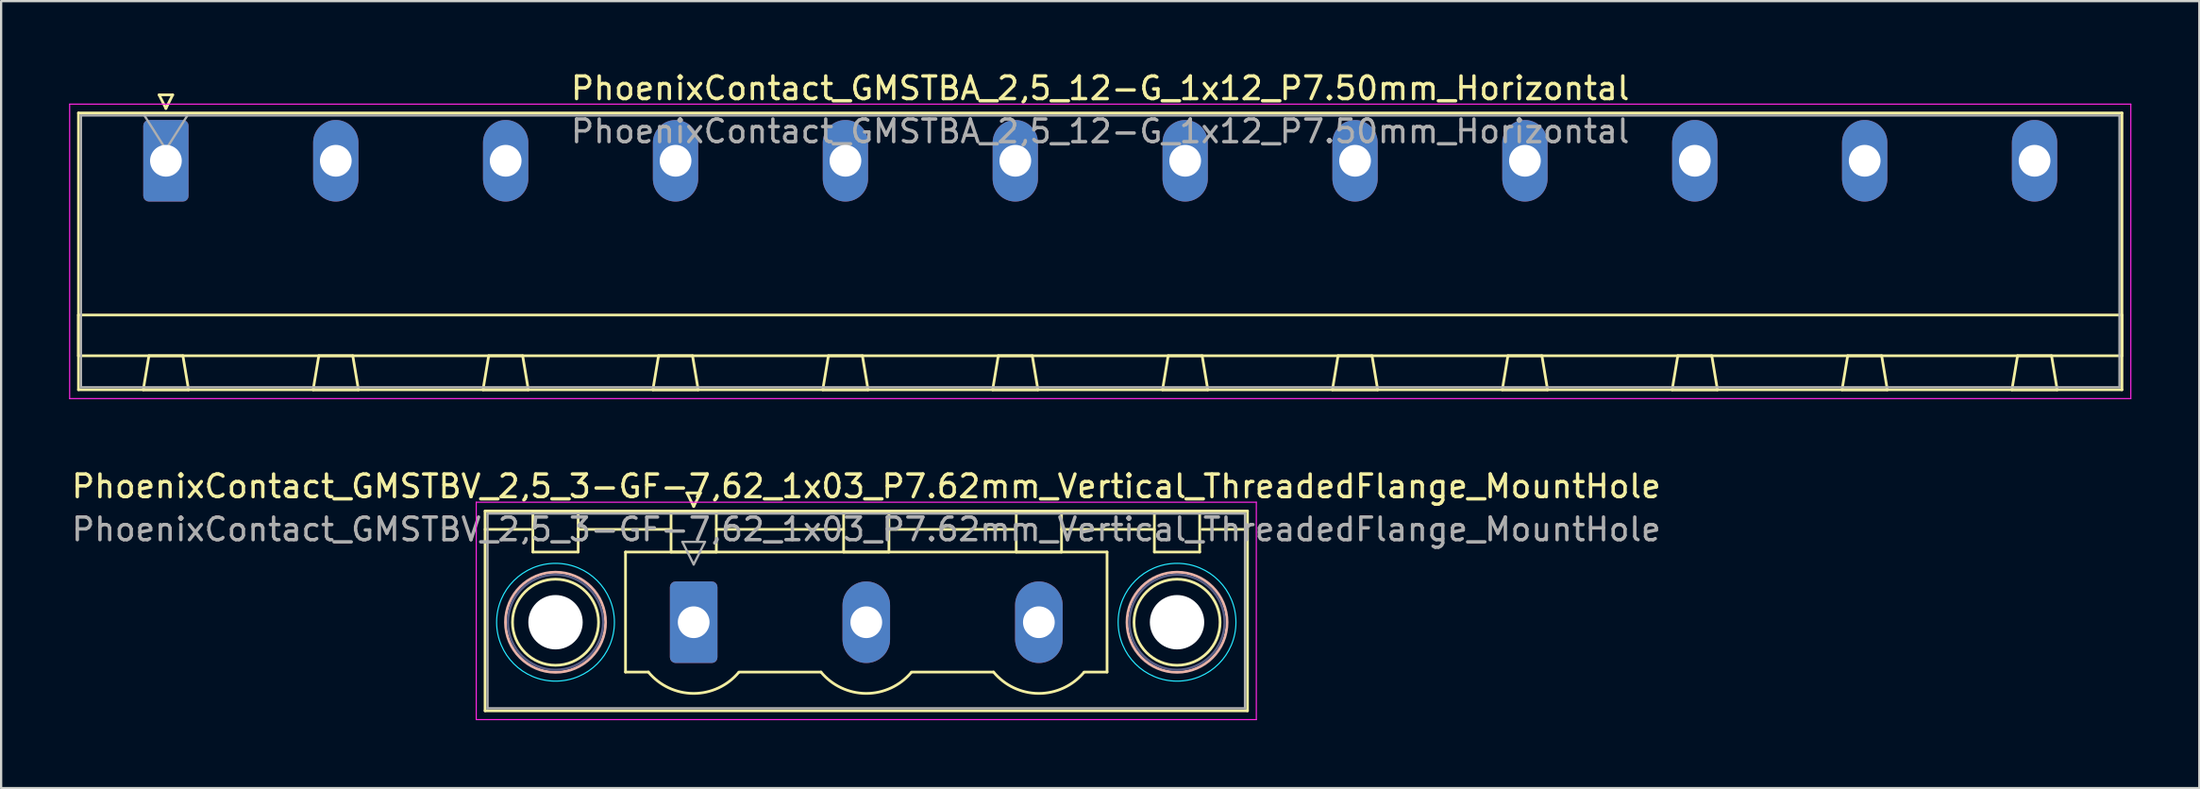
<source format=kicad_pcb>
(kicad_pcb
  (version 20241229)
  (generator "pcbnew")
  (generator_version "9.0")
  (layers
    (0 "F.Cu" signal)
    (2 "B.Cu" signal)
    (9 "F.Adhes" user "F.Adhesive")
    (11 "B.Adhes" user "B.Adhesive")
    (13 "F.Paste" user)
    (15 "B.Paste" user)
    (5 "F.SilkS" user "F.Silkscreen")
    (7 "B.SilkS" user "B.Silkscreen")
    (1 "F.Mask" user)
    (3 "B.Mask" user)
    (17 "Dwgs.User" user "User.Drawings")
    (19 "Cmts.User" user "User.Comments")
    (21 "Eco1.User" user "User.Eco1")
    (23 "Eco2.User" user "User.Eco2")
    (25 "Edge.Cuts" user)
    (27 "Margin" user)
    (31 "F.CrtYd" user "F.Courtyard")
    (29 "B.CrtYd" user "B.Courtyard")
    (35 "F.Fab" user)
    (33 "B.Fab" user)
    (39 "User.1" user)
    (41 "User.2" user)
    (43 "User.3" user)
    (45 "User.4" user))
  (footprint "PhoenixContact_GMSTBA_2,5_12-G_1x12_P7.50mm_Horizontal"
    (layer "F.Cu")
    (at 4.275 4.048)
    (property "Reference" "PhoenixContact_GMSTBA_2,5_12-G_1x12_P7.50mm_Horizontal" (at 41.25 -3.2 0) (layer "F.SilkS") (effects (font (size 1 1) (thickness 0.15))))
    (attr through_hole)
    (fp_line (start -3.86 -2.11) (end -3.86 10.11) (stroke (width 0.12) (type solid)) (layer "F.SilkS"))
    (fp_line (start -3.86 6.81) (end 86.36 6.81) (stroke (width 0.12) (type solid)) (layer "F.SilkS"))
    (fp_line (start -3.86 8.61) (end -3.86 6.81) (stroke (width 0.12) (type solid)) (layer "F.SilkS"))
    (fp_line (start -3.86 10.11) (end 86.36 10.11) (stroke (width 0.12) (type solid)) (layer "F.SilkS"))
    (fp_line (start -1 10.11) (end 1 10.11) (stroke (width 0.12) (type solid)) (layer "F.SilkS"))
    (fp_line (start -0.75 8.61) (end -1 10.11) (stroke (width 0.12) (type solid)) (layer "F.SilkS"))
    (fp_line (start -0.3 -2.91) (end 0.3 -2.91) (stroke (width 0.12) (type solid)) (layer "F.SilkS"))
    (fp_line (start 0 -2.31) (end -0.3 -2.91) (stroke (width 0.12) (type solid)) (layer "F.SilkS"))
    (fp_line (start 0.3 -2.91) (end 0 -2.31) (stroke (width 0.12) (type solid)) (layer "F.SilkS"))
    (fp_line (start 0.75 8.61) (end -0.75 8.61) (stroke (width 0.12) (type solid)) (layer "F.SilkS"))
    (fp_line (start 1 10.11) (end 0.75 8.61) (stroke (width 0.12) (type solid)) (layer "F.SilkS"))
    (fp_line (start 6.5 10.11) (end 8.5 10.11) (stroke (width 0.12) (type solid)) (layer "F.SilkS"))
    (fp_line (start 6.75 8.61) (end 6.5 10.11) (stroke (width 0.12) (type solid)) (layer "F.SilkS"))
    (fp_line (start 8.25 8.61) (end 6.75 8.61) (stroke (width 0.12) (type solid)) (layer "F.SilkS"))
    (fp_line (start 8.5 10.11) (end 8.25 8.61) (stroke (width 0.12) (type solid)) (layer "F.SilkS"))
    (fp_line (start 14 10.11) (end 16 10.11) (stroke (width 0.12) (type solid)) (layer "F.SilkS"))
    (fp_line (start 14.25 8.61) (end 14 10.11) (stroke (width 0.12) (type solid)) (layer "F.SilkS"))
    (fp_line (start 15.75 8.61) (end 14.25 8.61) (stroke (width 0.12) (type solid)) (layer "F.SilkS"))
    (fp_line (start 16 10.11) (end 15.75 8.61) (stroke (width 0.12) (type solid)) (layer "F.SilkS"))
    (fp_line (start 21.5 10.11) (end 23.5 10.11) (stroke (width 0.12) (type solid)) (layer "F.SilkS"))
    (fp_line (start 21.75 8.61) (end 21.5 10.11) (stroke (width 0.12) (type solid)) (layer "F.SilkS"))
    (fp_line (start 23.25 8.61) (end 21.75 8.61) (stroke (width 0.12) (type solid)) (layer "F.SilkS"))
    (fp_line (start 23.5 10.11) (end 23.25 8.61) (stroke (width 0.12) (type solid)) (layer "F.SilkS"))
    (fp_line (start 29 10.11) (end 31 10.11) (stroke (width 0.12) (type solid)) (layer "F.SilkS"))
    (fp_line (start 29.25 8.61) (end 29 10.11) (stroke (width 0.12) (type solid)) (layer "F.SilkS"))
    (fp_line (start 30.75 8.61) (end 29.25 8.61) (stroke (width 0.12) (type solid)) (layer "F.SilkS"))
    (fp_line (start 31 10.11) (end 30.75 8.61) (stroke (width 0.12) (type solid)) (layer "F.SilkS"))
    (fp_line (start 36.5 10.11) (end 38.5 10.11) (stroke (width 0.12) (type solid)) (layer "F.SilkS"))
    (fp_line (start 36.75 8.61) (end 36.5 10.11) (stroke (width 0.12) (type solid)) (layer "F.SilkS"))
    (fp_line (start 38.25 8.61) (end 36.75 8.61) (stroke (width 0.12) (type solid)) (layer "F.SilkS"))
    (fp_line (start 38.5 10.11) (end 38.25 8.61) (stroke (width 0.12) (type solid)) (layer "F.SilkS"))
    (fp_line (start 44 10.11) (end 46 10.11) (stroke (width 0.12) (type solid)) (layer "F.SilkS"))
    (fp_line (start 44.25 8.61) (end 44 10.11) (stroke (width 0.12) (type solid)) (layer "F.SilkS"))
    (fp_line (start 45.75 8.61) (end 44.25 8.61) (stroke (width 0.12) (type solid)) (layer "F.SilkS"))
    (fp_line (start 46 10.11) (end 45.75 8.61) (stroke (width 0.12) (type solid)) (layer "F.SilkS"))
    (fp_line (start 51.5 10.11) (end 53.5 10.11) (stroke (width 0.12) (type solid)) (layer "F.SilkS"))
    (fp_line (start 51.75 8.61) (end 51.5 10.11) (stroke (width 0.12) (type solid)) (layer "F.SilkS"))
    (fp_line (start 53.25 8.61) (end 51.75 8.61) (stroke (width 0.12) (type solid)) (layer "F.SilkS"))
    (fp_line (start 53.5 10.11) (end 53.25 8.61) (stroke (width 0.12) (type solid)) (layer "F.SilkS"))
    (fp_line (start 59 10.11) (end 61 10.11) (stroke (width 0.12) (type solid)) (layer "F.SilkS"))
    (fp_line (start 59.25 8.61) (end 59 10.11) (stroke (width 0.12) (type solid)) (layer "F.SilkS"))
    (fp_line (start 60.75 8.61) (end 59.25 8.61) (stroke (width 0.12) (type solid)) (layer "F.SilkS"))
    (fp_line (start 61 10.11) (end 60.75 8.61) (stroke (width 0.12) (type solid)) (layer "F.SilkS"))
    (fp_line (start 66.5 10.11) (end 68.5 10.11) (stroke (width 0.12) (type solid)) (layer "F.SilkS"))
    (fp_line (start 66.75 8.61) (end 66.5 10.11) (stroke (width 0.12) (type solid)) (layer "F.SilkS"))
    (fp_line (start 68.25 8.61) (end 66.75 8.61) (stroke (width 0.12) (type solid)) (layer "F.SilkS"))
    (fp_line (start 68.5 10.11) (end 68.25 8.61) (stroke (width 0.12) (type solid)) (layer "F.SilkS"))
    (fp_line (start 74 10.11) (end 76 10.11) (stroke (width 0.12) (type solid)) (layer "F.SilkS"))
    (fp_line (start 74.25 8.61) (end 74 10.11) (stroke (width 0.12) (type solid)) (layer "F.SilkS"))
    (fp_line (start 75.75 8.61) (end 74.25 8.61) (stroke (width 0.12) (type solid)) (layer "F.SilkS"))
    (fp_line (start 76 10.11) (end 75.75 8.61) (stroke (width 0.12) (type solid)) (layer "F.SilkS"))
    (fp_line (start 81.5 10.11) (end 83.5 10.11) (stroke (width 0.12) (type solid)) (layer "F.SilkS"))
    (fp_line (start 81.75 8.61) (end 81.5 10.11) (stroke (width 0.12) (type solid)) (layer "F.SilkS"))
    (fp_line (start 83.25 8.61) (end 81.75 8.61) (stroke (width 0.12) (type solid)) (layer "F.SilkS"))
    (fp_line (start 83.5 10.11) (end 83.25 8.61) (stroke (width 0.12) (type solid)) (layer "F.SilkS"))
    (fp_line (start 86.36 -2.11) (end -3.86 -2.11) (stroke (width 0.12) (type solid)) (layer "F.SilkS"))
    (fp_line (start 86.36 6.81) (end 86.36 8.61) (stroke (width 0.12) (type solid)) (layer "F.SilkS"))
    (fp_line (start 86.36 8.61) (end -3.86 8.61) (stroke (width 0.12) (type solid)) (layer "F.SilkS"))
    (fp_line (start 86.36 10.11) (end 86.36 -2.11) (stroke (width 0.12) (type solid)) (layer "F.SilkS"))
    (fp_line (start -4.25 -2.5) (end -4.25 10.5) (stroke (width 0.05) (type solid)) (layer "F.CrtYd"))
    (fp_line (start -4.25 10.5) (end 86.75 10.5) (stroke (width 0.05) (type solid)) (layer "F.CrtYd"))
    (fp_line (start 86.75 -2.5) (end -4.25 -2.5) (stroke (width 0.05) (type solid)) (layer "F.CrtYd"))
    (fp_line (start 86.75 10.5) (end 86.75 -2.5) (stroke (width 0.05) (type solid)) (layer "F.CrtYd"))
    (fp_line (start -3.75 -2) (end -3.75 10) (stroke (width 0.1) (type solid)) (layer "F.Fab"))
    (fp_line (start -3.75 10) (end 86.25 10) (stroke (width 0.1) (type solid)) (layer "F.Fab"))
    (fp_line (start 0 -0.5) (end -0.95 -2) (stroke (width 0.1) (type solid)) (layer "F.Fab"))
    (fp_line (start 0.95 -2) (end 0 -0.5) (stroke (width 0.1) (type solid)) (layer "F.Fab"))
    (fp_line (start 86.25 -2) (end -3.75 -2) (stroke (width 0.1) (type solid)) (layer "F.Fab"))
    (fp_line (start 86.25 10) (end 86.25 -2) (stroke (width 0.1) (type solid)) (layer "F.Fab"))
    (fp_text user "${REFERENCE}" (at 41.25 -1.3 0) (layer "F.Fab") (effects (font (size 1 1) (thickness 0.15))))
    (pad "1" thru_hole roundrect (at 0 0) (size 2 3.6) (drill 1.4) (layers "*.Cu" "*.Mask") (roundrect_rratio 0.125))
    (pad "2" thru_hole oval (at 7.5 0) (size 2 3.6) (drill 1.4) (layers "*.Cu" "*.Mask"))
    (pad "3" thru_hole oval (at 15 0) (size 2 3.6) (drill 1.4) (layers "*.Cu" "*.Mask"))
    (pad "4" thru_hole oval (at 22.5 0) (size 2 3.6) (drill 1.4) (layers "*.Cu" "*.Mask"))
    (pad "5" thru_hole oval (at 30 0) (size 2 3.6) (drill 1.4) (layers "*.Cu" "*.Mask"))
    (pad "6" thru_hole oval (at 37.5 0) (size 2 3.6) (drill 1.4) (layers "*.Cu" "*.Mask"))
    (pad "7" thru_hole oval (at 45 0) (size 2 3.6) (drill 1.4) (layers "*.Cu" "*.Mask"))
    (pad "8" thru_hole oval (at 52.5 0) (size 2 3.6) (drill 1.4) (layers "*.Cu" "*.Mask"))
    (pad "9" thru_hole oval (at 60 0) (size 2 3.6) (drill 1.4) (layers "*.Cu" "*.Mask"))
    (pad "10" thru_hole oval (at 67.5 0) (size 2 3.6) (drill 1.4) (layers "*.Cu" "*.Mask"))
    (pad "11" thru_hole oval (at 75 0) (size 2 3.6) (drill 1.4) (layers "*.Cu" "*.Mask"))
    (pad "12" thru_hole oval (at 82.5 0) (size 2 3.6) (drill 1.4) (layers "*.Cu" "*.Mask")))
  (footprint "PhoenixContact_GMSTBV_2,5_3-GF-7,62_1x03_P7.62mm_Vertical_ThreadedFlange_MountHole"
    (layer "F.Cu")
    (at 27.576 24.422)
    (property "Reference" "PhoenixContact_GMSTBV_2,5_3-GF-7,62_1x03_P7.62mm_Vertical_ThreadedFlange_MountHole" (at 7.62 -6 0) (layer "F.SilkS") (effects (font (size 1 1) (thickness 0.15))))
    (attr through_hole)
    (fp_line (start -9.21 -4.91) (end -9.21 3.91) (stroke (width 0.12) (type solid)) (layer "F.SilkS"))
    (fp_line (start -9.21 -4.1) (end -7.21 -4.1) (stroke (width 0.12) (type solid)) (layer "F.SilkS"))
    (fp_line (start -9.21 3.91) (end 24.45 3.91) (stroke (width 0.12) (type solid)) (layer "F.SilkS"))
    (fp_line (start -7.1 -4.91) (end -5.1 -4.91) (stroke (width 0.12) (type solid)) (layer "F.SilkS"))
    (fp_line (start -7.1 -3.1) (end -7.1 -4.91) (stroke (width 0.12) (type solid)) (layer "F.SilkS"))
    (fp_line (start -5.1 -4.91) (end -5.1 -3.1) (stroke (width 0.12) (type solid)) (layer "F.SilkS"))
    (fp_line (start -5.1 -4.1) (end -1 -4.1) (stroke (width 0.12) (type solid)) (layer "F.SilkS"))
    (fp_line (start -5.1 -3.1) (end -7.1 -3.1) (stroke (width 0.12) (type solid)) (layer "F.SilkS"))
    (fp_line (start -3.01 -3.1) (end 18.25 -3.1) (stroke (width 0.12) (type solid)) (layer "F.SilkS"))
    (fp_line (start -3.01 2.2) (end -3.01 -3.1) (stroke (width 0.12) (type solid)) (layer "F.SilkS"))
    (fp_line (start -2 2.2) (end -3.01 2.2) (stroke (width 0.12) (type solid)) (layer "F.SilkS"))
    (fp_line (start -1 -4.91) (end 1 -4.91) (stroke (width 0.12) (type solid)) (layer "F.SilkS"))
    (fp_line (start -1 -3.1) (end -1 -4.91) (stroke (width 0.12) (type solid)) (layer "F.SilkS"))
    (fp_line (start -0.3 -5.71) (end 0.3 -5.71) (stroke (width 0.12) (type solid)) (layer "F.SilkS"))
    (fp_line (start 0 -5.11) (end -0.3 -5.71) (stroke (width 0.12) (type solid)) (layer "F.SilkS"))
    (fp_line (start 0.3 -5.71) (end 0 -5.11) (stroke (width 0.12) (type solid)) (layer "F.SilkS"))
    (fp_line (start 1 -4.91) (end 1 -3.1) (stroke (width 0.12) (type solid)) (layer "F.SilkS"))
    (fp_line (start 1 -4.1) (end 6.62 -4.1) (stroke (width 0.12) (type solid)) (layer "F.SilkS"))
    (fp_line (start 1 -3.1) (end -1 -3.1) (stroke (width 0.12) (type solid)) (layer "F.SilkS"))
    (fp_line (start 2 2.2) (end 5.62 2.2) (stroke (width 0.12) (type solid)) (layer "F.SilkS"))
    (fp_line (start 6.62 -4.91) (end 8.62 -4.91) (stroke (width 0.12) (type solid)) (layer "F.SilkS"))
    (fp_line (start 6.62 -3.1) (end 6.62 -4.91) (stroke (width 0.12) (type solid)) (layer "F.SilkS"))
    (fp_line (start 8.62 -4.91) (end 8.62 -3.1) (stroke (width 0.12) (type solid)) (layer "F.SilkS"))
    (fp_line (start 8.62 -4.1) (end 14.24 -4.1) (stroke (width 0.12) (type solid)) (layer "F.SilkS"))
    (fp_line (start 8.62 -3.1) (end 6.62 -3.1) (stroke (width 0.12) (type solid)) (layer "F.SilkS"))
    (fp_line (start 9.62 2.2) (end 13.24 2.2) (stroke (width 0.12) (type solid)) (layer "F.SilkS"))
    (fp_line (start 14.24 -4.91) (end 16.24 -4.91) (stroke (width 0.12) (type solid)) (layer "F.SilkS"))
    (fp_line (start 14.24 -3.1) (end 14.24 -4.91) (stroke (width 0.12) (type solid)) (layer "F.SilkS"))
    (fp_line (start 16.24 -4.91) (end 16.24 -3.1) (stroke (width 0.12) (type solid)) (layer "F.SilkS"))
    (fp_line (start 16.24 -4.1) (end 20.34 -4.1) (stroke (width 0.12) (type solid)) (layer "F.SilkS"))
    (fp_line (start 16.24 -3.1) (end 14.24 -3.1) (stroke (width 0.12) (type solid)) (layer "F.SilkS"))
    (fp_line (start 18.25 -3.1) (end 18.25 2.2) (stroke (width 0.12) (type solid)) (layer "F.SilkS"))
    (fp_line (start 18.25 2.2) (end 17.24 2.2) (stroke (width 0.12) (type solid)) (layer "F.SilkS"))
    (fp_line (start 20.34 -4.91) (end 22.34 -4.91) (stroke (width 0.12) (type solid)) (layer "F.SilkS"))
    (fp_line (start 20.34 -3.1) (end 20.34 -4.91) (stroke (width 0.12) (type solid)) (layer "F.SilkS"))
    (fp_line (start 22.34 -4.91) (end 22.34 -3.1) (stroke (width 0.12) (type solid)) (layer "F.SilkS"))
    (fp_line (start 22.34 -3.1) (end 20.34 -3.1) (stroke (width 0.12) (type solid)) (layer "F.SilkS"))
    (fp_line (start 24.45 -4.91) (end -9.21 -4.91) (stroke (width 0.12) (type solid)) (layer "F.SilkS"))
    (fp_line (start 24.45 -4.1) (end 22.45 -4.1) (stroke (width 0.12) (type solid)) (layer "F.SilkS"))
    (fp_line (start 24.45 3.91) (end 24.45 -4.91) (stroke (width 0.12) (type solid)) (layer "F.SilkS"))
    (fp_arc (start 1.986842 2.215821) (mid -0.010289 3.142758) (end -2 2.2) (stroke (width 0.12) (type solid)) (layer "F.SilkS"))
    (fp_arc (start 9.606842 2.215821) (mid 7.609711 3.142758) (end 5.62 2.2) (stroke (width 0.12) (type solid)) (layer "F.SilkS"))
    (fp_arc (start 17.226842 2.215821) (mid 15.229711 3.142758) (end 13.24 2.2) (stroke (width 0.12) (type solid)) (layer "F.SilkS"))
    (fp_circle (center -6.1 0) (end -4.2 0) (stroke (width 0.12) (type solid)) (fill no) (layer "F.SilkS"))
    (fp_circle (center 21.34 0) (end 23.24 0) (stroke (width 0.12) (type solid)) (fill no) (layer "F.SilkS"))
    (fp_circle (center -6.1 0) (end -3.89 0) (stroke (width 0.12) (type solid)) (fill no) (layer "B.SilkS"))
    (fp_circle (center 21.34 0) (end 23.55 0) (stroke (width 0.12) (type solid)) (fill no) (layer "B.SilkS"))
    (fp_circle (center -6.1 0) (end -3.5 0) (stroke (width 0.05) (type solid)) (fill no) (layer "B.CrtYd"))
    (fp_circle (center 21.34 0) (end 23.94 0) (stroke (width 0.05) (type solid)) (fill no) (layer "B.CrtYd"))
    (fp_line (start -9.6 -5.3) (end -9.6 4.3) (stroke (width 0.05) (type solid)) (layer "F.CrtYd"))
    (fp_line (start -9.6 4.3) (end 24.84 4.3) (stroke (width 0.05) (type solid)) (layer "F.CrtYd"))
    (fp_line (start 24.84 -5.3) (end -9.6 -5.3) (stroke (width 0.05) (type solid)) (layer "F.CrtYd"))
    (fp_line (start 24.84 4.3) (end 24.84 -5.3) (stroke (width 0.05) (type solid)) (layer "F.CrtYd"))
    (fp_circle (center -6.1 0) (end -4 0) (stroke (width 0.1) (type solid)) (fill no) (layer "B.Fab"))
    (fp_circle (center 21.34 0) (end 23.44 0) (stroke (width 0.1) (type solid)) (fill no) (layer "B.Fab"))
    (fp_line (start -9.1 -4.8) (end -9.1 3.8) (stroke (width 0.1) (type solid)) (layer "F.Fab"))
    (fp_line (start -9.1 3.8) (end 24.34 3.8) (stroke (width 0.1) (type solid)) (layer "F.Fab"))
    (fp_line (start -0.5 -3.55) (end 0.5 -3.55) (stroke (width 0.1) (type solid)) (layer "F.Fab"))
    (fp_line (start 0 -2.55) (end -0.5 -3.55) (stroke (width 0.1) (type solid)) (layer "F.Fab"))
    (fp_line (start 0.5 -3.55) (end 0 -2.55) (stroke (width 0.1) (type solid)) (layer "F.Fab"))
    (fp_line (start 24.34 -4.8) (end -9.1 -4.8) (stroke (width 0.1) (type solid)) (layer "F.Fab"))
    (fp_line (start 24.34 3.8) (end 24.34 -4.8) (stroke (width 0.1) (type solid)) (layer "F.Fab"))
    (fp_text user "${REFERENCE}" (at 7.62 -4.1 0) (layer "F.Fab") (effects (font (size 1 1) (thickness 0.15))))
    (pad "" np_thru_hole circle (at -6.1 0) (size 2.4 2.4) (drill 2.4) (layers "*.Cu" "*.Mask"))
    (pad "" np_thru_hole circle (at 21.34 0) (size 2.4 2.4) (drill 2.4) (layers "*.Cu" "*.Mask"))
    (pad "1" thru_hole roundrect (at 0 0) (size 2.1 3.6) (drill 1.4) (layers "*.Cu" "*.Mask") (roundrect_rratio 0.119))
    (pad "2" thru_hole oval (at 7.62 0) (size 2.1 3.6) (drill 1.4) (layers "*.Cu" "*.Mask"))
    (pad "3" thru_hole oval (at 15.24 0) (size 2.1 3.6) (drill 1.4) (layers "*.Cu" "*.Mask")))
  (gr_rect
    (start -3 -3)
    (end 94.05 31.747)
    (stroke (width 0.1) (type default))
    (fill no)
    (layer "Edge.Cuts")))
</source>
